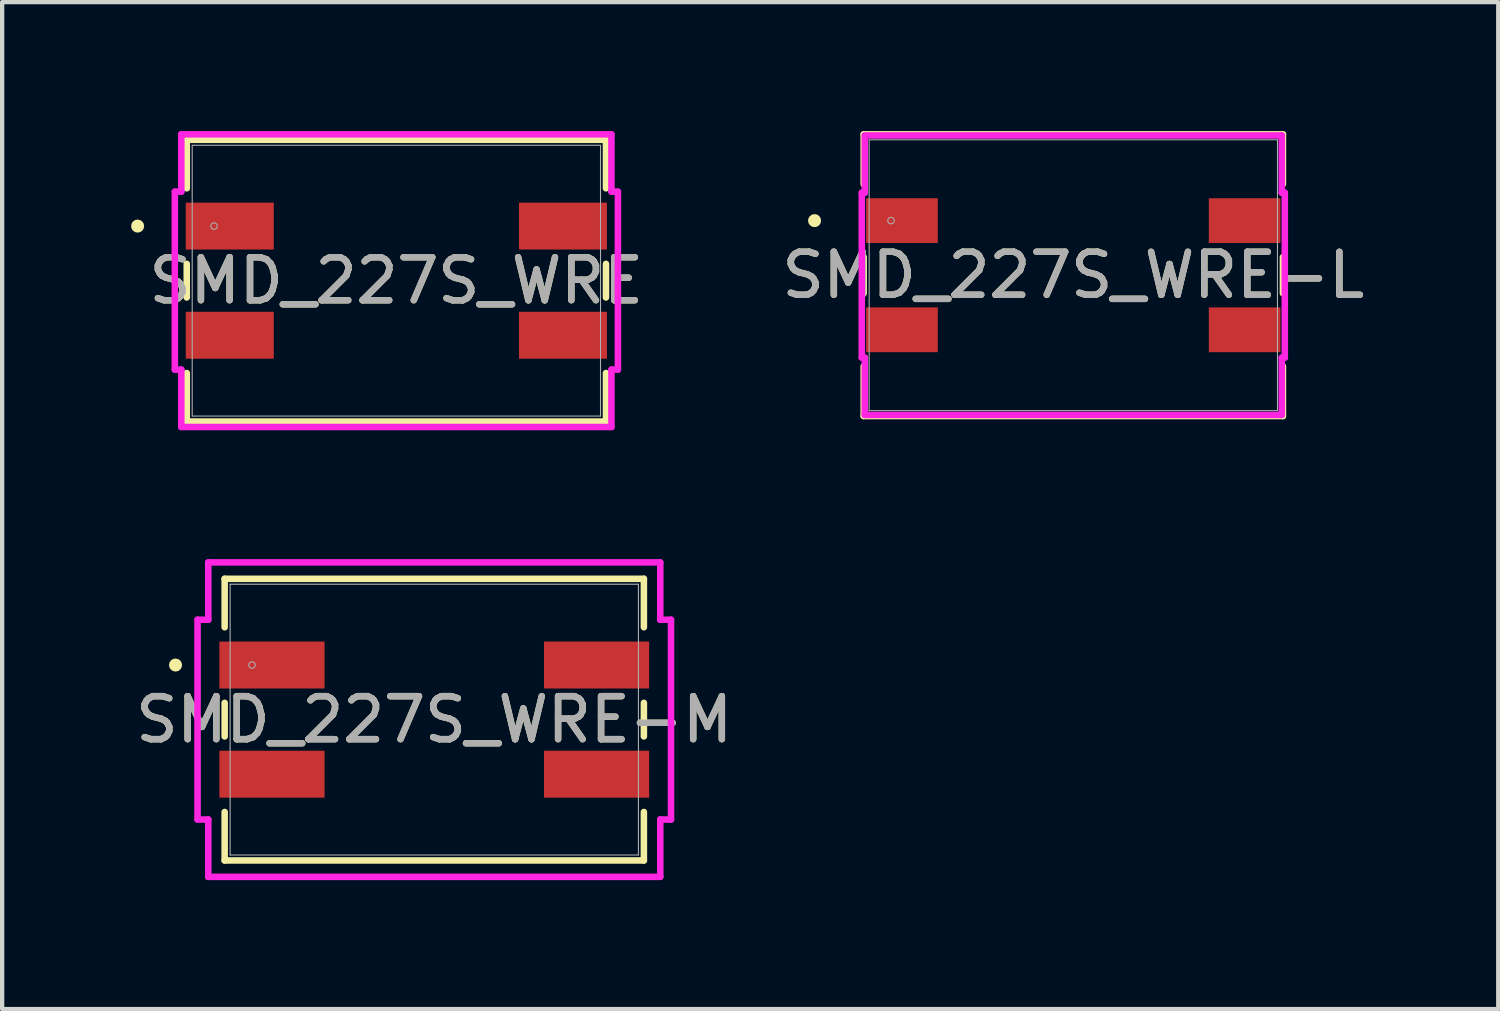
<source format=kicad_pcb>
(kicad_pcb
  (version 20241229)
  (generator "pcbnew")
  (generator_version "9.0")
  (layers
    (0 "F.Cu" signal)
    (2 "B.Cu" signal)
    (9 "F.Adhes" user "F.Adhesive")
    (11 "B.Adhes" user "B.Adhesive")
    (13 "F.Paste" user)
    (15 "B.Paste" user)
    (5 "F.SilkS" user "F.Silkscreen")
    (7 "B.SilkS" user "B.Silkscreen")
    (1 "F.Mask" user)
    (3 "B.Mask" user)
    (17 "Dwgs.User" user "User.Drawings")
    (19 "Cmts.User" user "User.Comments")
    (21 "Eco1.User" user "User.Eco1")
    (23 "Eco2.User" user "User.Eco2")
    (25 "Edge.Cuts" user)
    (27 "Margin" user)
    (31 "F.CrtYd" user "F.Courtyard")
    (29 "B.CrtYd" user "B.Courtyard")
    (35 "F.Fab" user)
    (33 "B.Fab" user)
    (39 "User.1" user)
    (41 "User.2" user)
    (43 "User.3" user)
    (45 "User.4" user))
  (footprint "SMD_227S_WRE-M"
    (layer "F.Cu")
    (at 7.054 13.693)
    (property "Reference" "SMD_227S_WRE-M" (at 0 0 0) (unlocked yes) (layer "F.SilkS") (effects (font (size 1 1) (thickness 0.15))))
    (attr smd)
    (fp_line (start -4.877 -3.277) (end -4.877 -2.149) (stroke (width 0.152) (type solid)) (layer "F.SilkS"))
    (fp_line (start -4.877 -0.391) (end -4.877 0.391) (stroke (width 0.152) (type solid)) (layer "F.SilkS"))
    (fp_line (start -4.877 2.149) (end -4.877 3.277) (stroke (width 0.152) (type solid)) (layer "F.SilkS"))
    (fp_line (start -4.877 3.277) (end 4.877 3.277) (stroke (width 0.152) (type solid)) (layer "F.SilkS"))
    (fp_line (start 4.877 -3.277) (end -4.877 -3.277) (stroke (width 0.152) (type solid)) (layer "F.SilkS"))
    (fp_line (start 4.877 -2.149) (end 4.877 -3.277) (stroke (width 0.152) (type solid)) (layer "F.SilkS"))
    (fp_line (start 4.877 0.391) (end 4.877 -0.391) (stroke (width 0.152) (type solid)) (layer "F.SilkS"))
    (fp_line (start 4.877 3.277) (end 4.877 2.149) (stroke (width 0.152) (type solid)) (layer "F.SilkS"))
    (fp_circle (center -6.02 -1.27) (end -5.944 -1.27) (stroke (width 0.152) (type solid)) (fill no) (layer "F.SilkS"))
    (fp_line (start -5.508 -2.324) (end -5.258 -2.324) (stroke (width 0.152) (type solid)) (layer "F.CrtYd"))
    (fp_line (start -5.508 2.324) (end -5.508 -2.324) (stroke (width 0.152) (type solid)) (layer "F.CrtYd"))
    (fp_line (start -5.258 -3.658) (end 5.258 -3.658) (stroke (width 0.152) (type solid)) (layer "F.CrtYd"))
    (fp_line (start -5.258 -2.324) (end -5.258 -3.658) (stroke (width 0.152) (type solid)) (layer "F.CrtYd"))
    (fp_line (start -5.258 2.324) (end -5.508 2.324) (stroke (width 0.152) (type solid)) (layer "F.CrtYd"))
    (fp_line (start -5.258 3.658) (end -5.258 2.324) (stroke (width 0.152) (type solid)) (layer "F.CrtYd"))
    (fp_line (start 5.258 -3.658) (end 5.258 -2.324) (stroke (width 0.152) (type solid)) (layer "F.CrtYd"))
    (fp_line (start 5.258 -2.324) (end 5.508 -2.324) (stroke (width 0.152) (type solid)) (layer "F.CrtYd"))
    (fp_line (start 5.258 2.324) (end 5.258 3.658) (stroke (width 0.152) (type solid)) (layer "F.CrtYd"))
    (fp_line (start 5.258 3.658) (end -5.258 3.658) (stroke (width 0.152) (type solid)) (layer "F.CrtYd"))
    (fp_line (start 5.508 -2.324) (end 5.508 2.324) (stroke (width 0.152) (type solid)) (layer "F.CrtYd"))
    (fp_line (start 5.508 2.324) (end 5.258 2.324) (stroke (width 0.152) (type solid)) (layer "F.CrtYd"))
    (fp_line (start -4.75 -3.15) (end -4.75 3.15) (stroke (width 0.025) (type solid)) (layer "F.Fab"))
    (fp_line (start -4.75 3.15) (end 4.75 3.15) (stroke (width 0.025) (type solid)) (layer "F.Fab"))
    (fp_line (start 4.75 -3.15) (end -4.75 -3.15) (stroke (width 0.025) (type solid)) (layer "F.Fab"))
    (fp_line (start 4.75 3.15) (end 4.75 -3.15) (stroke (width 0.025) (type solid)) (layer "F.Fab"))
    (fp_circle (center -4.242 -1.27) (end -4.166 -1.27) (stroke (width 0.025) (type solid)) (fill no) (layer "F.Fab"))
    (fp_text user "${REFERENCE}" (at 0 0 0) (unlocked yes) (layer "F.Fab") (effects (font (size 1 1) (thickness 0.15))))
    (pad "1" smd rect (at -3.776 -1.27 90) (size 1.092 2.447) (layers "F.Cu" "F.Mask" "F.Paste"))
    (pad "2" smd rect (at -3.776 1.27 90) (size 1.092 2.447) (layers "F.Cu" "F.Mask" "F.Paste"))
    (pad "3" smd rect (at 3.776 1.27 90) (size 1.092 2.447) (layers "F.Cu" "F.Mask" "F.Paste"))
    (pad "4" smd rect (at 3.776 -1.27 90) (size 1.092 2.447) (layers "F.Cu" "F.Mask" "F.Paste")))
  (footprint "SMD_227S_WRE"
    (layer "F.Cu")
    (at 6.172 3.48)
    (property "Reference" "SMD_227S_WRE" (at 0 0 0) (unlocked yes) (layer "F.SilkS") (effects (font (size 1 1) (thickness 0.15))))
    (attr smd)
    (fp_line (start -4.877 -3.277) (end -4.877 -2.149) (stroke (width 0.152) (type solid)) (layer "F.SilkS"))
    (fp_line (start -4.877 -0.391) (end -4.877 0.391) (stroke (width 0.152) (type solid)) (layer "F.SilkS"))
    (fp_line (start -4.877 2.149) (end -4.877 3.277) (stroke (width 0.152) (type solid)) (layer "F.SilkS"))
    (fp_line (start -4.877 3.277) (end 4.877 3.277) (stroke (width 0.152) (type solid)) (layer "F.SilkS"))
    (fp_line (start 4.877 -3.277) (end -4.877 -3.277) (stroke (width 0.152) (type solid)) (layer "F.SilkS"))
    (fp_line (start 4.877 -2.149) (end 4.877 -3.277) (stroke (width 0.152) (type solid)) (layer "F.SilkS"))
    (fp_line (start 4.877 0.391) (end 4.877 -0.391) (stroke (width 0.152) (type solid)) (layer "F.SilkS"))
    (fp_line (start 4.877 3.277) (end 4.877 2.149) (stroke (width 0.152) (type solid)) (layer "F.SilkS"))
    (fp_circle (center -6.02 -1.27) (end -5.944 -1.27) (stroke (width 0.152) (type solid)) (fill no) (layer "F.SilkS"))
    (fp_line (start -5.154 -2.07) (end -5.004 -2.07) (stroke (width 0.152) (type solid)) (layer "F.CrtYd"))
    (fp_line (start -5.154 2.07) (end -5.154 -2.07) (stroke (width 0.152) (type solid)) (layer "F.CrtYd"))
    (fp_line (start -5.004 -3.404) (end 5.004 -3.404) (stroke (width 0.152) (type solid)) (layer "F.CrtYd"))
    (fp_line (start -5.004 -2.07) (end -5.004 -3.404) (stroke (width 0.152) (type solid)) (layer "F.CrtYd"))
    (fp_line (start -5.004 2.07) (end -5.154 2.07) (stroke (width 0.152) (type solid)) (layer "F.CrtYd"))
    (fp_line (start -5.004 3.404) (end -5.004 2.07) (stroke (width 0.152) (type solid)) (layer "F.CrtYd"))
    (fp_line (start 5.004 -3.404) (end 5.004 -2.07) (stroke (width 0.152) (type solid)) (layer "F.CrtYd"))
    (fp_line (start 5.004 -2.07) (end 5.154 -2.07) (stroke (width 0.152) (type solid)) (layer "F.CrtYd"))
    (fp_line (start 5.004 2.07) (end 5.004 3.404) (stroke (width 0.152) (type solid)) (layer "F.CrtYd"))
    (fp_line (start 5.004 3.404) (end -5.004 3.404) (stroke (width 0.152) (type solid)) (layer "F.CrtYd"))
    (fp_line (start 5.154 -2.07) (end 5.154 2.07) (stroke (width 0.152) (type solid)) (layer "F.CrtYd"))
    (fp_line (start 5.154 2.07) (end 5.004 2.07) (stroke (width 0.152) (type solid)) (layer "F.CrtYd"))
    (fp_line (start -4.75 -3.15) (end -4.75 3.15) (stroke (width 0.025) (type solid)) (layer "F.Fab"))
    (fp_line (start -4.75 3.15) (end 4.75 3.15) (stroke (width 0.025) (type solid)) (layer "F.Fab"))
    (fp_line (start 4.75 -3.15) (end -4.75 -3.15) (stroke (width 0.025) (type solid)) (layer "F.Fab"))
    (fp_line (start 4.75 3.15) (end 4.75 -3.15) (stroke (width 0.025) (type solid)) (layer "F.Fab"))
    (fp_circle (center -4.242 -1.27) (end -4.166 -1.27) (stroke (width 0.025) (type solid)) (fill no) (layer "F.Fab"))
    (fp_text user "${REFERENCE}" (at 0 0 0) (unlocked yes) (layer "F.Fab") (effects (font (size 1 1) (thickness 0.15))))
    (pad "1" smd rect (at -3.876 -1.27 90) (size 1.092 2.047) (layers "F.Cu" "F.Mask" "F.Paste"))
    (pad "2" smd rect (at -3.876 1.27 90) (size 1.092 2.047) (layers "F.Cu" "F.Mask" "F.Paste"))
    (pad "3" smd rect (at 3.876 1.27 90) (size 1.092 2.047) (layers "F.Cu" "F.Mask" "F.Paste"))
    (pad "4" smd rect (at 3.876 -1.27 90) (size 1.092 2.047) (layers "F.Cu" "F.Mask" "F.Paste")))
  (footprint "SMD_227S_WRE-L"
    (layer "F.Cu")
    (at 21.922 3.353)
    (property "Reference" "SMD_227S_WRE-L" (at 0 0 0) (unlocked yes) (layer "F.SilkS") (effects (font (size 1 1) (thickness 0.15))))
    (attr smd)
    (fp_line (start -4.877 -3.277) (end -4.877 -2.119) (stroke (width 0.152) (type solid)) (layer "F.SilkS"))
    (fp_line (start -4.877 -0.421) (end -4.877 0.421) (stroke (width 0.152) (type solid)) (layer "F.SilkS"))
    (fp_line (start -4.877 2.119) (end -4.877 3.277) (stroke (width 0.152) (type solid)) (layer "F.SilkS"))
    (fp_line (start -4.877 3.277) (end 4.877 3.277) (stroke (width 0.152) (type solid)) (layer "F.SilkS"))
    (fp_line (start 4.877 -3.277) (end -4.877 -3.277) (stroke (width 0.152) (type solid)) (layer "F.SilkS"))
    (fp_line (start 4.877 -2.119) (end 4.877 -3.277) (stroke (width 0.152) (type solid)) (layer "F.SilkS"))
    (fp_line (start 4.877 0.421) (end 4.877 -0.421) (stroke (width 0.152) (type solid)) (layer "F.SilkS"))
    (fp_line (start 4.877 3.277) (end 4.877 2.119) (stroke (width 0.152) (type solid)) (layer "F.SilkS"))
    (fp_circle (center -6.02 -1.27) (end -5.944 -1.27) (stroke (width 0.152) (type solid)) (fill no) (layer "F.SilkS"))
    (fp_line (start -4.921 -1.918) (end -4.851 -1.918) (stroke (width 0.152) (type solid)) (layer "F.CrtYd"))
    (fp_line (start -4.921 1.918) (end -4.921 -1.918) (stroke (width 0.152) (type solid)) (layer "F.CrtYd"))
    (fp_line (start -4.851 -3.251) (end 4.851 -3.251) (stroke (width 0.152) (type solid)) (layer "F.CrtYd"))
    (fp_line (start -4.851 -1.918) (end -4.851 -3.251) (stroke (width 0.152) (type solid)) (layer "F.CrtYd"))
    (fp_line (start -4.851 1.918) (end -4.921 1.918) (stroke (width 0.152) (type solid)) (layer "F.CrtYd"))
    (fp_line (start -4.851 3.251) (end -4.851 1.918) (stroke (width 0.152) (type solid)) (layer "F.CrtYd"))
    (fp_line (start 4.851 -3.251) (end 4.851 -1.918) (stroke (width 0.152) (type solid)) (layer "F.CrtYd"))
    (fp_line (start 4.851 -1.918) (end 4.921 -1.918) (stroke (width 0.152) (type solid)) (layer "F.CrtYd"))
    (fp_line (start 4.851 1.918) (end 4.851 3.251) (stroke (width 0.152) (type solid)) (layer "F.CrtYd"))
    (fp_line (start 4.851 3.251) (end -4.851 3.251) (stroke (width 0.152) (type solid)) (layer "F.CrtYd"))
    (fp_line (start 4.921 -1.918) (end 4.921 1.918) (stroke (width 0.152) (type solid)) (layer "F.CrtYd"))
    (fp_line (start 4.921 1.918) (end 4.851 1.918) (stroke (width 0.152) (type solid)) (layer "F.CrtYd"))
    (fp_line (start -4.75 -3.15) (end -4.75 3.15) (stroke (width 0.025) (type solid)) (layer "F.Fab"))
    (fp_line (start -4.75 3.15) (end 4.75 3.15) (stroke (width 0.025) (type solid)) (layer "F.Fab"))
    (fp_line (start 4.75 -3.15) (end -4.75 -3.15) (stroke (width 0.025) (type solid)) (layer "F.Fab"))
    (fp_line (start 4.75 3.15) (end 4.75 -3.15) (stroke (width 0.025) (type solid)) (layer "F.Fab"))
    (fp_circle (center -4.242 -1.27) (end -4.166 -1.27) (stroke (width 0.025) (type solid)) (fill no) (layer "F.Fab"))
    (fp_text user "${REFERENCE}" (at 0 0 0) (unlocked yes) (layer "F.Fab") (effects (font (size 1 1) (thickness 0.15))))
    (pad "1" smd rect (at -3.986 -1.27 90) (size 1.042 1.667) (layers "F.Cu" "F.Mask" "F.Paste"))
    (pad "2" smd rect (at -3.986 1.27 90) (size 1.042 1.667) (layers "F.Cu" "F.Mask" "F.Paste"))
    (pad "3" smd rect (at 3.986 1.27 90) (size 1.042 1.667) (layers "F.Cu" "F.Mask" "F.Paste"))
    (pad "4" smd rect (at 3.986 -1.27 90) (size 1.042 1.667) (layers "F.Cu" "F.Mask" "F.Paste")))
  (gr_rect
    (start -3 -3)
    (end 31.809 20.427)
    (stroke (width 0.1) (type default))
    (fill no)
    (layer "Edge.Cuts")))
</source>
